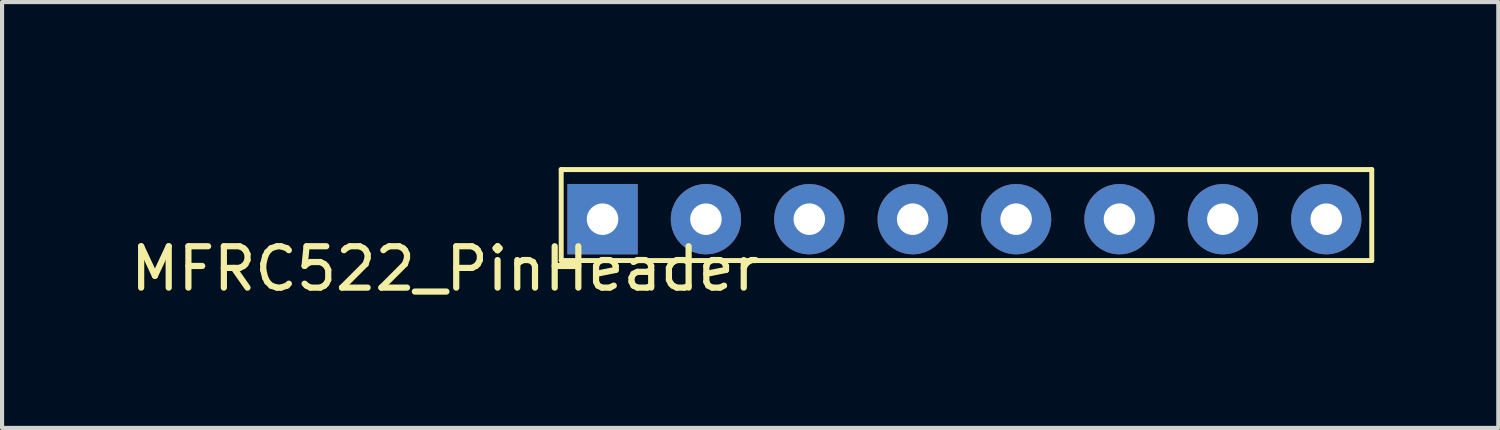
<source format=kicad_pcb>
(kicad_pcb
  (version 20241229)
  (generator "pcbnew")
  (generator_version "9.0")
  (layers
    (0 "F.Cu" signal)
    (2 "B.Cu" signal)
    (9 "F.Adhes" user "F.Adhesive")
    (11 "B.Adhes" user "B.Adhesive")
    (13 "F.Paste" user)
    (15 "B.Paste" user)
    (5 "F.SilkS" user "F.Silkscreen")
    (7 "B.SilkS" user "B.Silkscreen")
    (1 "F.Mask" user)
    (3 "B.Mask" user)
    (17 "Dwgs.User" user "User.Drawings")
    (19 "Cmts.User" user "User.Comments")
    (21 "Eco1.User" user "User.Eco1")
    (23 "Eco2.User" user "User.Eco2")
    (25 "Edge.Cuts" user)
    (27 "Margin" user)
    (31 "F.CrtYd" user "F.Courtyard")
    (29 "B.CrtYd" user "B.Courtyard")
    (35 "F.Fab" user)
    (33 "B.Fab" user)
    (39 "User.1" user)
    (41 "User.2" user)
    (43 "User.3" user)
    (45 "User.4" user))
  (footprint "MFRC522_PinHeader"
    (layer "F.Cu")
    (at 10.52 0.25)
    (property "Reference" "MFRC522_PinHeader" (at -2.8 3.2 0) (layer "F.SilkS") (effects (font (size 1 1) (thickness 0.15))))
    (attr through_hole)
    (fp_line (start 0 0.8) (end 0 3) (stroke (width 0.12) (type solid)) (layer "F.SilkS"))
    (fp_line (start 0 3) (end 19.6 3) (stroke (width 0.12) (type solid)) (layer "F.SilkS"))
    (fp_line (start 19.6 0.8) (end 0 0.8) (stroke (width 0.12) (type solid)) (layer "F.SilkS"))
    (fp_line (start 19.6 3) (end 19.6 0.8) (stroke (width 0.12) (type solid)) (layer "F.SilkS"))
    (pad "1" thru_hole rect (at 1 2) (size 1.7 1.7) (drill 0.762) (layers "*.Cu" "*.Mask"))
    (pad "2" thru_hole circle (at 3.5 2) (size 1.7 1.7) (drill 0.762) (layers "*.Cu" "*.Mask"))
    (pad "3" thru_hole circle (at 6 2) (size 1.7 1.7) (drill 0.762) (layers "*.Cu" "*.Mask"))
    (pad "4" thru_hole circle (at 8.5 2) (size 1.7 1.7) (drill 0.762) (layers "*.Cu" "*.Mask"))
    (pad "5" thru_hole circle (at 11 2) (size 1.7 1.7) (drill 0.762) (layers "*.Cu" "*.Mask"))
    (pad "6" thru_hole circle (at 13.5 2) (size 1.7 1.7) (drill 0.762) (layers "*.Cu" "*.Mask"))
    (pad "7" thru_hole circle (at 16 2) (size 1.7 1.7) (drill 0.762) (layers "*.Cu" "*.Mask"))
    (pad "8" thru_hole circle (at 18.5 2) (size 1.7 1.7) (drill 0.762) (layers "*.Cu" "*.Mask")))
  (gr_rect
    (start -3 -3)
    (end 33.18 7.298)
    (stroke (width 0.1) (type default))
    (fill no)
    (layer "Edge.Cuts")))
</source>
